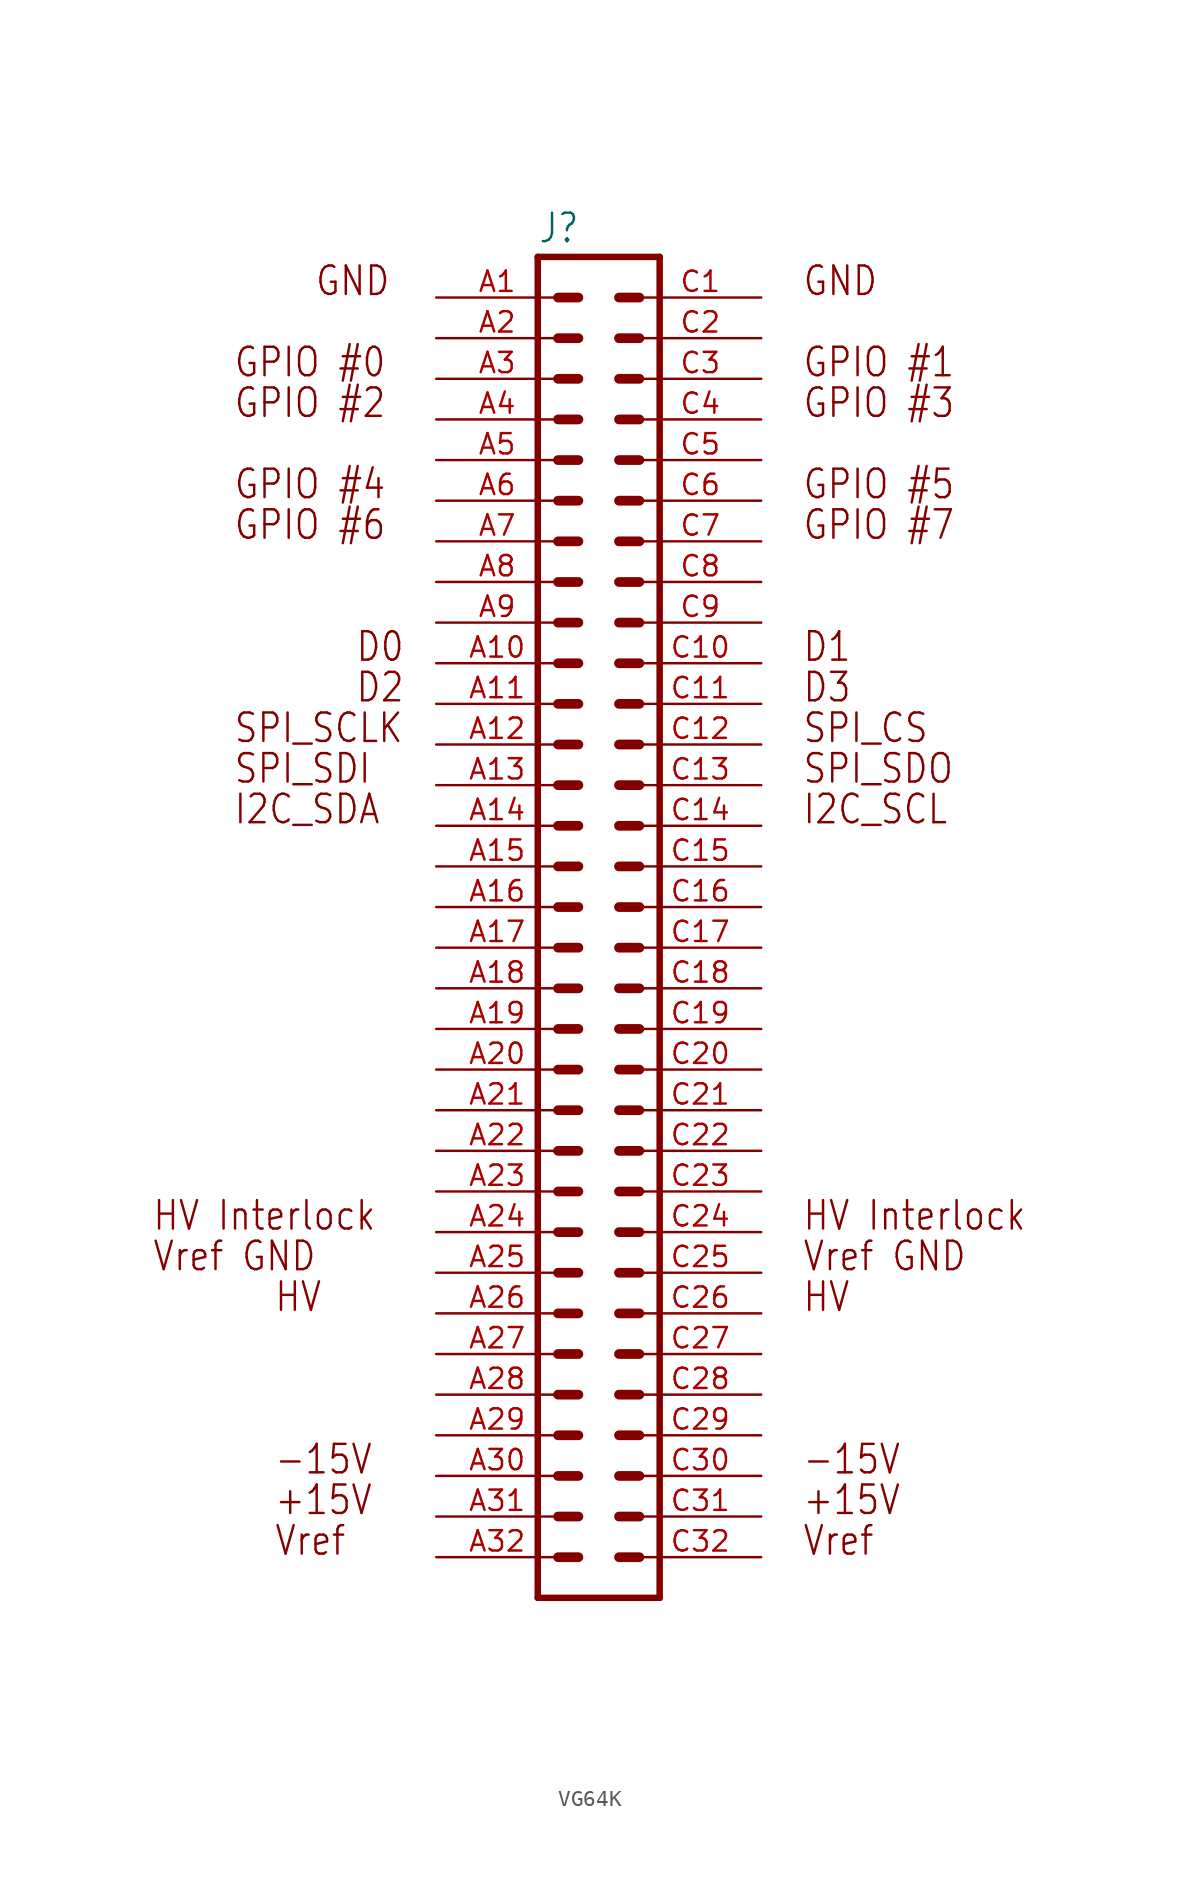
<source format=kicad_sym>
(kicad_symbol_lib
  (version 20231120)
  (generator "kicad_symbol_editor")
  (generator_version "8.0")
  (symbol "VG64K"
    (property "Reference" "J"
      (at -3.81 41.402 0)
      (effects (font (size 1.778 1.511)) (justify left bottom)))
    (property "Value" ""
      (at -3.81 -45.72 0)
      (effects (font (size 1.778 1.511)) (justify left bottom)))
    (property "ki_locked" ""
      (at 0 0 0)
      (effects (font (size 1.27 1.27))))
    (symbol "VG64K_1_0"
      (polyline (pts (xy -3.81 40.64) (xy -3.81 -43.18)) (stroke (width 0.406) (type solid)) (fill (type none)))
      (polyline (pts (xy -3.81 40.64) (xy 3.81 40.64)) (stroke (width 0.406) (type solid)) (fill (type none)))
      (polyline (pts (xy -2.54 -40.64) (xy -1.27 -40.64)) (stroke (width 0.61) (type solid)) (fill (type none)))
      (polyline (pts (xy -2.54 -38.1) (xy -1.27 -38.1)) (stroke (width 0.61) (type solid)) (fill (type none)))
      (polyline (pts (xy -2.54 -35.56) (xy -1.27 -35.56)) (stroke (width 0.61) (type solid)) (fill (type none)))
      (polyline (pts (xy -2.54 -33.02) (xy -1.27 -33.02)) (stroke (width 0.61) (type solid)) (fill (type none)))
      (polyline (pts (xy -2.54 -30.48) (xy -1.27 -30.48)) (stroke (width 0.61) (type solid)) (fill (type none)))
      (polyline (pts (xy -2.54 -27.94) (xy -1.27 -27.94)) (stroke (width 0.61) (type solid)) (fill (type none)))
      (polyline (pts (xy -2.54 -25.4) (xy -1.27 -25.4)) (stroke (width 0.61) (type solid)) (fill (type none)))
      (polyline (pts (xy -2.54 -22.86) (xy -1.27 -22.86)) (stroke (width 0.61) (type solid)) (fill (type none)))
      (polyline (pts (xy -2.54 -20.32) (xy -1.27 -20.32)) (stroke (width 0.61) (type solid)) (fill (type none)))
      (polyline (pts (xy -2.54 -17.78) (xy -1.27 -17.78)) (stroke (width 0.61) (type solid)) (fill (type none)))
      (polyline (pts (xy -2.54 -15.24) (xy -1.27 -15.24)) (stroke (width 0.61) (type solid)) (fill (type none)))
      (polyline (pts (xy -2.54 -12.7) (xy -1.27 -12.7)) (stroke (width 0.61) (type solid)) (fill (type none)))
      (polyline (pts (xy -2.54 -10.16) (xy -1.27 -10.16)) (stroke (width 0.61) (type solid)) (fill (type none)))
      (polyline (pts (xy -2.54 -7.62) (xy -1.27 -7.62)) (stroke (width 0.61) (type solid)) (fill (type none)))
      (polyline (pts (xy -2.54 -5.08) (xy -1.27 -5.08)) (stroke (width 0.61) (type solid)) (fill (type none)))
      (polyline (pts (xy -2.54 -2.54) (xy -1.27 -2.54)) (stroke (width 0.61) (type solid)) (fill (type none)))
      (polyline (pts (xy -2.54 0) (xy -1.27 0)) (stroke (width 0.61) (type solid)) (fill (type none)))
      (polyline (pts (xy -2.54 2.54) (xy -1.27 2.54)) (stroke (width 0.61) (type solid)) (fill (type none)))
      (polyline (pts (xy -2.54 5.08) (xy -1.27 5.08)) (stroke (width 0.61) (type solid)) (fill (type none)))
      (polyline (pts (xy -2.54 7.62) (xy -1.27 7.62)) (stroke (width 0.61) (type solid)) (fill (type none)))
      (polyline (pts (xy -2.54 10.16) (xy -1.27 10.16)) (stroke (width 0.61) (type solid)) (fill (type none)))
      (polyline (pts (xy -2.54 12.7) (xy -1.27 12.7)) (stroke (width 0.61) (type solid)) (fill (type none)))
      (polyline (pts (xy -2.54 15.24) (xy -1.27 15.24)) (stroke (width 0.61) (type solid)) (fill (type none)))
      (polyline (pts (xy -2.54 17.78) (xy -1.27 17.78)) (stroke (width 0.61) (type solid)) (fill (type none)))
      (polyline (pts (xy -2.54 20.32) (xy -1.27 20.32)) (stroke (width 0.61) (type solid)) (fill (type none)))
      (polyline (pts (xy -2.54 22.86) (xy -1.27 22.86)) (stroke (width 0.61) (type solid)) (fill (type none)))
      (polyline (pts (xy -2.54 25.4) (xy -1.27 25.4)) (stroke (width 0.61) (type solid)) (fill (type none)))
      (polyline (pts (xy -2.54 27.94) (xy -1.27 27.94)) (stroke (width 0.61) (type solid)) (fill (type none)))
      (polyline (pts (xy -2.54 30.48) (xy -1.27 30.48)) (stroke (width 0.61) (type solid)) (fill (type none)))
      (polyline (pts (xy -2.54 33.02) (xy -1.27 33.02)) (stroke (width 0.61) (type solid)) (fill (type none)))
      (polyline (pts (xy -2.54 35.56) (xy -1.27 35.56)) (stroke (width 0.61) (type solid)) (fill (type none)))
      (polyline (pts (xy -2.54 38.1) (xy -1.27 38.1)) (stroke (width 0.61) (type solid)) (fill (type none)))
      (polyline (pts (xy 1.27 -40.64) (xy 2.54 -40.64)) (stroke (width 0.61) (type solid)) (fill (type none)))
      (polyline (pts (xy 1.27 -38.1) (xy 2.54 -38.1)) (stroke (width 0.61) (type solid)) (fill (type none)))
      (polyline (pts (xy 1.27 -35.56) (xy 2.54 -35.56)) (stroke (width 0.61) (type solid)) (fill (type none)))
      (polyline (pts (xy 1.27 -33.02) (xy 2.54 -33.02)) (stroke (width 0.61) (type solid)) (fill (type none)))
      (polyline (pts (xy 1.27 -30.48) (xy 2.54 -30.48)) (stroke (width 0.61) (type solid)) (fill (type none)))
      (polyline (pts (xy 1.27 -27.94) (xy 2.54 -27.94)) (stroke (width 0.61) (type solid)) (fill (type none)))
      (polyline (pts (xy 1.27 -25.4) (xy 2.54 -25.4)) (stroke (width 0.61) (type solid)) (fill (type none)))
      (polyline (pts (xy 1.27 -22.86) (xy 2.54 -22.86)) (stroke (width 0.61) (type solid)) (fill (type none)))
      (polyline (pts (xy 1.27 -20.32) (xy 2.54 -20.32)) (stroke (width 0.61) (type solid)) (fill (type none)))
      (polyline (pts (xy 1.27 -17.78) (xy 2.54 -17.78)) (stroke (width 0.61) (type solid)) (fill (type none)))
      (polyline (pts (xy 1.27 -15.24) (xy 2.54 -15.24)) (stroke (width 0.61) (type solid)) (fill (type none)))
      (polyline (pts (xy 1.27 -12.7) (xy 2.54 -12.7)) (stroke (width 0.61) (type solid)) (fill (type none)))
      (polyline (pts (xy 1.27 -10.16) (xy 2.54 -10.16)) (stroke (width 0.61) (type solid)) (fill (type none)))
      (polyline (pts (xy 1.27 -7.62) (xy 2.54 -7.62)) (stroke (width 0.61) (type solid)) (fill (type none)))
      (polyline (pts (xy 1.27 -5.08) (xy 2.54 -5.08)) (stroke (width 0.61) (type solid)) (fill (type none)))
      (polyline (pts (xy 1.27 -2.54) (xy 2.54 -2.54)) (stroke (width 0.61) (type solid)) (fill (type none)))
      (polyline (pts (xy 1.27 0) (xy 2.54 0)) (stroke (width 0.61) (type solid)) (fill (type none)))
      (polyline (pts (xy 1.27 2.54) (xy 2.54 2.54)) (stroke (width 0.61) (type solid)) (fill (type none)))
      (polyline (pts (xy 1.27 5.08) (xy 2.54 5.08)) (stroke (width 0.61) (type solid)) (fill (type none)))
      (polyline (pts (xy 1.27 7.62) (xy 2.54 7.62)) (stroke (width 0.61) (type solid)) (fill (type none)))
      (polyline (pts (xy 1.27 10.16) (xy 2.54 10.16)) (stroke (width 0.61) (type solid)) (fill (type none)))
      (polyline (pts (xy 1.27 12.7) (xy 2.54 12.7)) (stroke (width 0.61) (type solid)) (fill (type none)))
      (polyline (pts (xy 1.27 15.24) (xy 2.54 15.24)) (stroke (width 0.61) (type solid)) (fill (type none)))
      (polyline (pts (xy 1.27 17.78) (xy 2.54 17.78)) (stroke (width 0.61) (type solid)) (fill (type none)))
      (polyline (pts (xy 1.27 20.32) (xy 2.54 20.32)) (stroke (width 0.61) (type solid)) (fill (type none)))
      (polyline (pts (xy 1.27 22.86) (xy 2.54 22.86)) (stroke (width 0.61) (type solid)) (fill (type none)))
      (polyline (pts (xy 1.27 25.4) (xy 2.54 25.4)) (stroke (width 0.61) (type solid)) (fill (type none)))
      (polyline (pts (xy 1.27 27.94) (xy 2.54 27.94)) (stroke (width 0.61) (type solid)) (fill (type none)))
      (polyline (pts (xy 1.27 30.48) (xy 2.54 30.48)) (stroke (width 0.61) (type solid)) (fill (type none)))
      (polyline (pts (xy 1.27 33.02) (xy 2.54 33.02)) (stroke (width 0.61) (type solid)) (fill (type none)))
      (polyline (pts (xy 1.27 35.56) (xy 2.54 35.56)) (stroke (width 0.61) (type solid)) (fill (type none)))
      (polyline (pts (xy 1.27 38.1) (xy 2.54 38.1)) (stroke (width 0.61) (type solid)) (fill (type none)))
      (polyline (pts (xy 3.81 -43.18) (xy -3.81 -43.18)) (stroke (width 0.406) (type solid)) (fill (type none)))
      (polyline (pts (xy 3.81 -43.18) (xy 3.81 40.64)) (stroke (width 0.406) (type solid)) (fill (type none)))
      (text "+15V" (at -20.32 -38.1 0) (effects (font (size 1.778 1.511)) (justify left bottom)))
      (text "+15V" (at 12.7 -38.1 0) (effects (font (size 1.778 1.511)) (justify left bottom)))
      (text "-15V" (at -20.32 -35.56 0) (effects (font (size 1.778 1.511)) (justify left bottom)))
      (text "-15V" (at 12.7 -35.56 0) (effects (font (size 1.778 1.511)) (justify left bottom)))
      (text "D0" (at -15.24 15.24 0) (effects (font (size 1.778 1.511)) (justify left bottom)))
      (text "D1" (at 12.7 15.24 0) (effects (font (size 1.778 1.511)) (justify left bottom)))
      (text "D2" (at -15.24 12.7 0) (effects (font (size 1.778 1.511)) (justify left bottom)))
      (text "D3" (at 12.7 12.7 0) (effects (font (size 1.778 1.511)) (justify left bottom)))
      (text "GND" (at -17.78 38.1 0) (effects (font (size 1.778 1.511)) (justify left bottom)))
      (text "GND" (at 12.7 38.1 0) (effects (font (size 1.778 1.511)) (justify left bottom)))
      (text "GPIO #0" (at -22.86 33.02 0) (effects (font (size 1.778 1.511)) (justify left bottom)))
      (text "GPIO #1" (at 12.7 33.02 0) (effects (font (size 1.778 1.511)) (justify left bottom)))
      (text "GPIO #2" (at -22.86 30.48 0) (effects (font (size 1.778 1.511)) (justify left bottom)))
      (text "GPIO #3" (at 12.7 30.48 0) (effects (font (size 1.778 1.511)) (justify left bottom)))
      (text "GPIO #4" (at -22.86 25.4 0) (effects (font (size 1.778 1.511)) (justify left bottom)))
      (text "GPIO #5" (at 12.7 25.4 0) (effects (font (size 1.778 1.511)) (justify left bottom)))
      (text "GPIO #6" (at -22.86 22.86 0) (effects (font (size 1.778 1.511)) (justify left bottom)))
      (text "GPIO #7" (at 12.7 22.86 0) (effects (font (size 1.778 1.511)) (justify left bottom)))
      (text "HV" (at -20.32 -25.4 0) (effects (font (size 1.778 1.511)) (justify left bottom)))
      (text "HV" (at 12.7 -25.4 0) (effects (font (size 1.778 1.511)) (justify left bottom)))
      (text "HV Interlock" (at -27.94 -20.32 0) (effects (font (size 1.778 1.511)) (justify left bottom)))
      (text "HV Interlock" (at 12.7 -20.32 0) (effects (font (size 1.778 1.511)) (justify left bottom)))
      (text "I2C_SCL" (at 12.7 5.08 0) (effects (font (size 1.778 1.511)) (justify left bottom)))
      (text "I2C_SDA" (at -22.86 5.08 0) (effects (font (size 1.778 1.511)) (justify left bottom)))
      (text "SPI_CS" (at 12.7 10.16 0) (effects (font (size 1.778 1.511)) (justify left bottom)))
      (text "SPI_SCLK" (at -22.86 10.16 0) (effects (font (size 1.778 1.511)) (justify left bottom)))
      (text "SPI_SDI" (at -22.86 7.62 0) (effects (font (size 1.778 1.511)) (justify left bottom)))
      (text "SPI_SDO" (at 12.7 7.62 0) (effects (font (size 1.778 1.511)) (justify left bottom)))
      (text "Vref" (at -20.32 -40.64 0) (effects (font (size 1.778 1.511)) (justify left bottom)))
      (text "Vref" (at 12.7 -40.64 0) (effects (font (size 1.778 1.511)) (justify left bottom)))
      (text "Vref GND" (at -27.94 -22.86 0) (effects (font (size 1.778 1.511)) (justify left bottom)))
      (text "Vref GND" (at 12.7 -22.86 0) (effects (font (size 1.778 1.511)) (justify left bottom)))
      (pin passive line (at -10.16 38.1 0) (length 7.62) (name "A1" (effects (font (size 0 0)))) (number "A1" (effects (font (size 1.27 1.27)))))
      (pin passive line (at -10.16 15.24 0) (length 7.62) (name "A10" (effects (font (size 0 0)))) (number "A10" (effects (font (size 1.27 1.27)))))
      (pin passive line (at -10.16 12.7 0) (length 7.62) (name "A11" (effects (font (size 0 0)))) (number "A11" (effects (font (size 1.27 1.27)))))
      (pin passive line (at -10.16 10.16 0) (length 7.62) (name "A12" (effects (font (size 0 0)))) (number "A12" (effects (font (size 1.27 1.27)))))
      (pin passive line (at -10.16 7.62 0) (length 7.62) (name "A13" (effects (font (size 0 0)))) (number "A13" (effects (font (size 1.27 1.27)))))
      (pin passive line (at -10.16 5.08 0) (length 7.62) (name "A14" (effects (font (size 0 0)))) (number "A14" (effects (font (size 1.27 1.27)))))
      (pin passive line (at -10.16 2.54 0) (length 7.62) (name "A15" (effects (font (size 0 0)))) (number "A15" (effects (font (size 1.27 1.27)))))
      (pin passive line (at -10.16 0 0) (length 7.62) (name "A16" (effects (font (size 0 0)))) (number "A16" (effects (font (size 1.27 1.27)))))
      (pin passive line (at -10.16 -2.54 0) (length 7.62) (name "A17" (effects (font (size 0 0)))) (number "A17" (effects (font (size 1.27 1.27)))))
      (pin passive line (at -10.16 -5.08 0) (length 7.62) (name "A18" (effects (font (size 0 0)))) (number "A18" (effects (font (size 1.27 1.27)))))
      (pin passive line (at -10.16 -7.62 0) (length 7.62) (name "A19" (effects (font (size 0 0)))) (number "A19" (effects (font (size 1.27 1.27)))))
      (pin passive line (at -10.16 35.56 0) (length 7.62) (name "A2" (effects (font (size 0 0)))) (number "A2" (effects (font (size 1.27 1.27)))))
      (pin passive line (at -10.16 -10.16 0) (length 7.62) (name "A20" (effects (font (size 0 0)))) (number "A20" (effects (font (size 1.27 1.27)))))
      (pin passive line (at -10.16 -12.7 0) (length 7.62) (name "A21" (effects (font (size 0 0)))) (number "A21" (effects (font (size 1.27 1.27)))))
      (pin passive line (at -10.16 -15.24 0) (length 7.62) (name "A22" (effects (font (size 0 0)))) (number "A22" (effects (font (size 1.27 1.27)))))
      (pin passive line (at -10.16 -17.78 0) (length 7.62) (name "A23" (effects (font (size 0 0)))) (number "A23" (effects (font (size 1.27 1.27)))))
      (pin passive line (at -10.16 -20.32 0) (length 7.62) (name "A24" (effects (font (size 0 0)))) (number "A24" (effects (font (size 1.27 1.27)))))
      (pin passive line (at -10.16 -22.86 0) (length 7.62) (name "A25" (effects (font (size 0 0)))) (number "A25" (effects (font (size 1.27 1.27)))))
      (pin passive line (at -10.16 -25.4 0) (length 7.62) (name "A26" (effects (font (size 0 0)))) (number "A26" (effects (font (size 1.27 1.27)))))
      (pin passive line (at -10.16 -27.94 0) (length 7.62) (name "A27" (effects (font (size 0 0)))) (number "A27" (effects (font (size 1.27 1.27)))))
      (pin passive line (at -10.16 -30.48 0) (length 7.62) (name "A28" (effects (font (size 0 0)))) (number "A28" (effects (font (size 1.27 1.27)))))
      (pin passive line (at -10.16 -33.02 0) (length 7.62) (name "A29" (effects (font (size 0 0)))) (number "A29" (effects (font (size 1.27 1.27)))))
      (pin passive line (at -10.16 33.02 0) (length 7.62) (name "A3" (effects (font (size 0 0)))) (number "A3" (effects (font (size 1.27 1.27)))))
      (pin passive line (at -10.16 -35.56 0) (length 7.62) (name "A30" (effects (font (size 0 0)))) (number "A30" (effects (font (size 1.27 1.27)))))
      (pin passive line (at -10.16 -38.1 0) (length 7.62) (name "A31" (effects (font (size 0 0)))) (number "A31" (effects (font (size 1.27 1.27)))))
      (pin passive line (at -10.16 -40.64 0) (length 7.62) (name "A32" (effects (font (size 0 0)))) (number "A32" (effects (font (size 1.27 1.27)))))
      (pin passive line (at -10.16 30.48 0) (length 7.62) (name "A4" (effects (font (size 0 0)))) (number "A4" (effects (font (size 1.27 1.27)))))
      (pin passive line (at -10.16 27.94 0) (length 7.62) (name "A5" (effects (font (size 0 0)))) (number "A5" (effects (font (size 1.27 1.27)))))
      (pin passive line (at -10.16 25.4 0) (length 7.62) (name "A6" (effects (font (size 0 0)))) (number "A6" (effects (font (size 1.27 1.27)))))
      (pin passive line (at -10.16 22.86 0) (length 7.62) (name "A7" (effects (font (size 0 0)))) (number "A7" (effects (font (size 1.27 1.27)))))
      (pin passive line (at -10.16 20.32 0) (length 7.62) (name "A8" (effects (font (size 0 0)))) (number "A8" (effects (font (size 1.27 1.27)))))
      (pin passive line (at -10.16 17.78 0) (length 7.62) (name "A9" (effects (font (size 0 0)))) (number "A9" (effects (font (size 1.27 1.27)))))
      (pin passive line (at 10.16 38.1 180) (length 7.62) (name "C1" (effects (font (size 0 0)))) (number "C1" (effects (font (size 1.27 1.27)))))
      (pin passive line (at 10.16 15.24 180) (length 7.62) (name "C10" (effects (font (size 0 0)))) (number "C10" (effects (font (size 1.27 1.27)))))
      (pin passive line (at 10.16 12.7 180) (length 7.62) (name "C11" (effects (font (size 0 0)))) (number "C11" (effects (font (size 1.27 1.27)))))
      (pin passive line (at 10.16 10.16 180) (length 7.62) (name "C12" (effects (font (size 0 0)))) (number "C12" (effects (font (size 1.27 1.27)))))
      (pin passive line (at 10.16 7.62 180) (length 7.62) (name "C13" (effects (font (size 0 0)))) (number "C13" (effects (font (size 1.27 1.27)))))
      (pin passive line (at 10.16 5.08 180) (length 7.62) (name "C14" (effects (font (size 0 0)))) (number "C14" (effects (font (size 1.27 1.27)))))
      (pin passive line (at 10.16 2.54 180) (length 7.62) (name "C15" (effects (font (size 0 0)))) (number "C15" (effects (font (size 1.27 1.27)))))
      (pin passive line (at 10.16 0 180) (length 7.62) (name "C16" (effects (font (size 0 0)))) (number "C16" (effects (font (size 1.27 1.27)))))
      (pin passive line (at 10.16 -2.54 180) (length 7.62) (name "C17" (effects (font (size 0 0)))) (number "C17" (effects (font (size 1.27 1.27)))))
      (pin passive line (at 10.16 -5.08 180) (length 7.62) (name "C18" (effects (font (size 0 0)))) (number "C18" (effects (font (size 1.27 1.27)))))
      (pin passive line (at 10.16 -7.62 180) (length 7.62) (name "C19" (effects (font (size 0 0)))) (number "C19" (effects (font (size 1.27 1.27)))))
      (pin passive line (at 10.16 35.56 180) (length 7.62) (name "C2" (effects (font (size 0 0)))) (number "C2" (effects (font (size 1.27 1.27)))))
      (pin passive line (at 10.16 -10.16 180) (length 7.62) (name "C20" (effects (font (size 0 0)))) (number "C20" (effects (font (size 1.27 1.27)))))
      (pin passive line (at 10.16 -12.7 180) (length 7.62) (name "C21" (effects (font (size 0 0)))) (number "C21" (effects (font (size 1.27 1.27)))))
      (pin passive line (at 10.16 -15.24 180) (length 7.62) (name "C22" (effects (font (size 0 0)))) (number "C22" (effects (font (size 1.27 1.27)))))
      (pin passive line (at 10.16 -17.78 180) (length 7.62) (name "C23" (effects (font (size 0 0)))) (number "C23" (effects (font (size 1.27 1.27)))))
      (pin passive line (at 10.16 -20.32 180) (length 7.62) (name "C24" (effects (font (size 0 0)))) (number "C24" (effects (font (size 1.27 1.27)))))
      (pin passive line (at 10.16 -22.86 180) (length 7.62) (name "C25" (effects (font (size 0 0)))) (number "C25" (effects (font (size 1.27 1.27)))))
      (pin passive line (at 10.16 -25.4 180) (length 7.62) (name "C26" (effects (font (size 0 0)))) (number "C26" (effects (font (size 1.27 1.27)))))
      (pin passive line (at 10.16 -27.94 180) (length 7.62) (name "C27" (effects (font (size 0 0)))) (number "C27" (effects (font (size 1.27 1.27)))))
      (pin passive line (at 10.16 -30.48 180) (length 7.62) (name "C28" (effects (font (size 0 0)))) (number "C28" (effects (font (size 1.27 1.27)))))
      (pin passive line (at 10.16 -33.02 180) (length 7.62) (name "C29" (effects (font (size 0 0)))) (number "C29" (effects (font (size 1.27 1.27)))))
      (pin passive line (at 10.16 33.02 180) (length 7.62) (name "C3" (effects (font (size 0 0)))) (number "C3" (effects (font (size 1.27 1.27)))))
      (pin passive line (at 10.16 -35.56 180) (length 7.62) (name "C30" (effects (font (size 0 0)))) (number "C30" (effects (font (size 1.27 1.27)))))
      (pin passive line (at 10.16 -38.1 180) (length 7.62) (name "C31" (effects (font (size 0 0)))) (number "C31" (effects (font (size 1.27 1.27)))))
      (pin passive line (at 10.16 -40.64 180) (length 7.62) (name "C32" (effects (font (size 0 0)))) (number "C32" (effects (font (size 1.27 1.27)))))
      (pin passive line (at 10.16 30.48 180) (length 7.62) (name "C4" (effects (font (size 0 0)))) (number "C4" (effects (font (size 1.27 1.27)))))
      (pin passive line (at 10.16 27.94 180) (length 7.62) (name "C5" (effects (font (size 0 0)))) (number "C5" (effects (font (size 1.27 1.27)))))
      (pin passive line (at 10.16 25.4 180) (length 7.62) (name "C6" (effects (font (size 0 0)))) (number "C6" (effects (font (size 1.27 1.27)))))
      (pin passive line (at 10.16 22.86 180) (length 7.62) (name "C7" (effects (font (size 0 0)))) (number "C7" (effects (font (size 1.27 1.27)))))
      (pin passive line (at 10.16 20.32 180) (length 7.62) (name "C8" (effects (font (size 0 0)))) (number "C8" (effects (font (size 1.27 1.27)))))
      (pin passive line (at 10.16 17.78 180) (length 7.62) (name "C9" (effects (font (size 0 0)))) (number "C9" (effects (font (size 1.27 1.27))))))))
</source>
